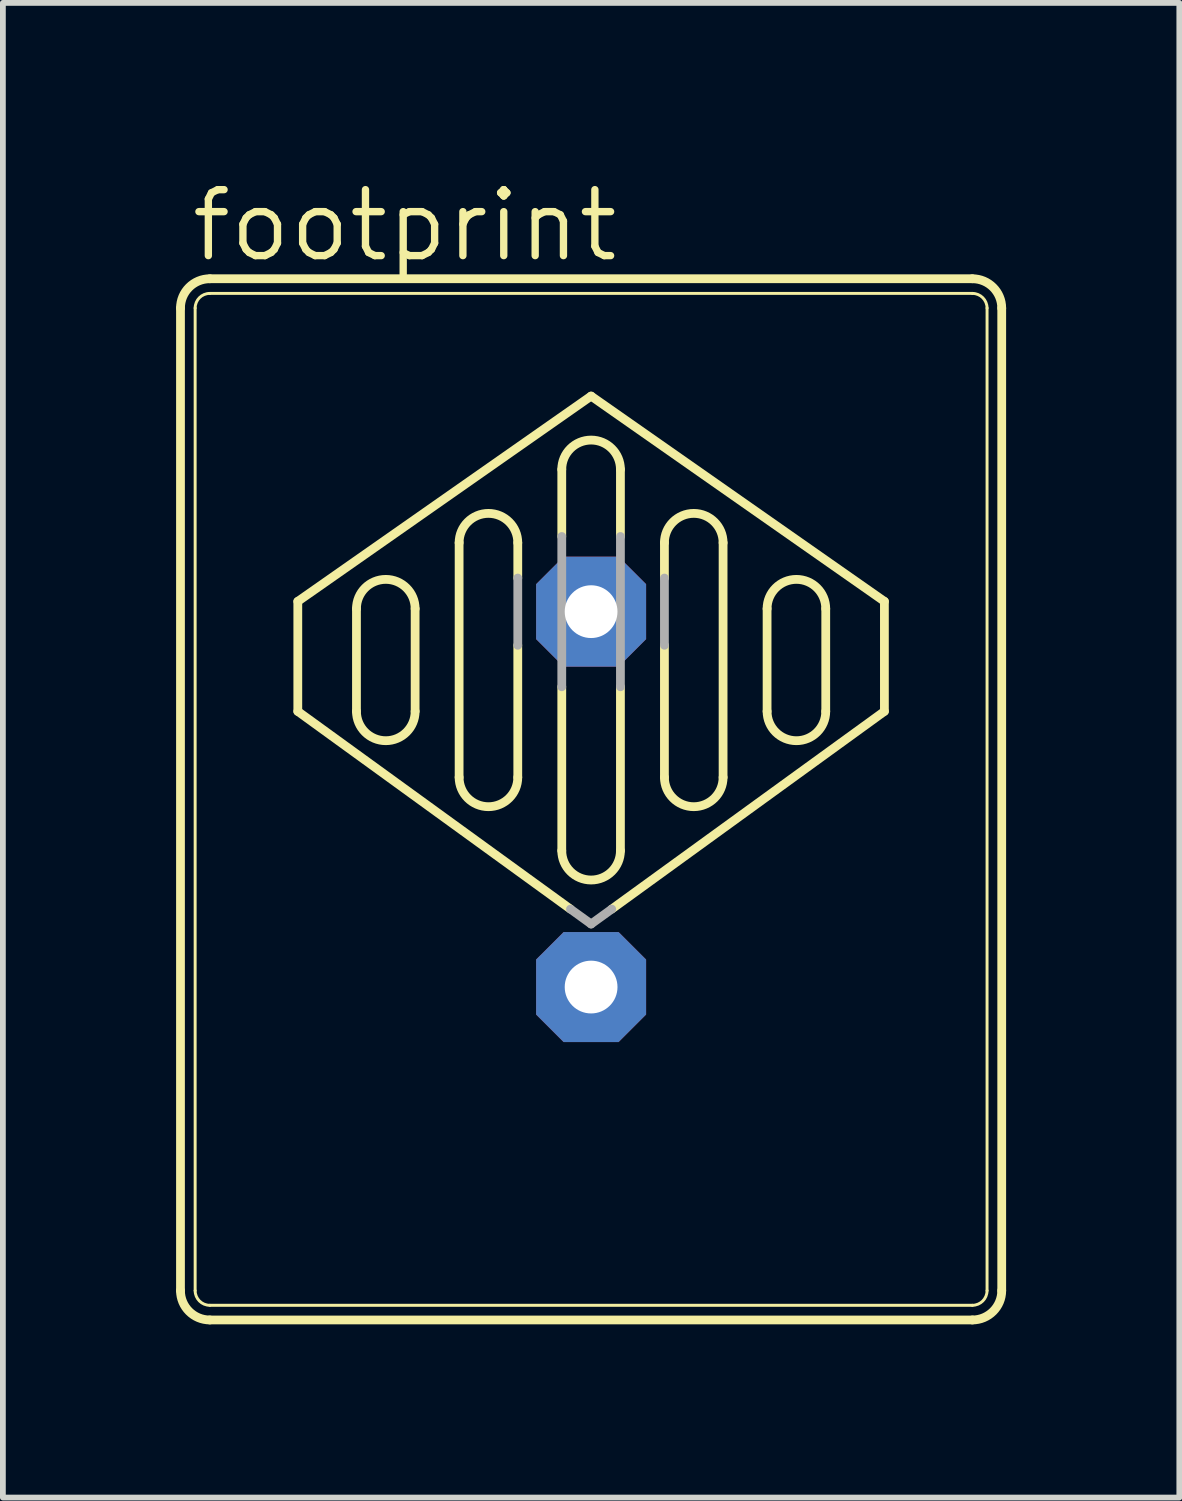
<source format=kicad_pcb>
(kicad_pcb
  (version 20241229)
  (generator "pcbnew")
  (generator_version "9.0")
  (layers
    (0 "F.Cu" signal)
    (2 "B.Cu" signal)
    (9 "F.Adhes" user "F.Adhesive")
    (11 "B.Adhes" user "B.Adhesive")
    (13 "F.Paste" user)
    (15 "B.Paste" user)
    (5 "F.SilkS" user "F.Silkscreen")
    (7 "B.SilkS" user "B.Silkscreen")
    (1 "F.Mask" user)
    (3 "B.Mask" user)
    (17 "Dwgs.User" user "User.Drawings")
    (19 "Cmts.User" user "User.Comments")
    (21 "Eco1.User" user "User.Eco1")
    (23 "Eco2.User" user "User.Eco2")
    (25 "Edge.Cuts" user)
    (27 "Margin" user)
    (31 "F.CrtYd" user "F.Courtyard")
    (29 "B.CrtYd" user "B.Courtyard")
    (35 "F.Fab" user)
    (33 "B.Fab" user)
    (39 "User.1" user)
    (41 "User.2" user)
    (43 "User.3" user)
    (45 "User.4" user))
  (footprint "footprint"
    (layer "F.Cu")
    (at 7.188 10.795)
    (property "Reference" "footprint" (at -6.985 -9.271 0) (layer "F.SilkS") (effects (font (size 1.143 1.143) (thickness 0.127)) (justify left bottom)))
    (fp_line (start -7.112 8.509) (end -7.112 -8.509) (stroke (width 0.152) (type solid)) (layer "F.SilkS"))
    (fp_line (start -6.858 8.509) (end -6.858 -8.509) (stroke (width 0.051) (type solid)) (layer "F.SilkS"))
    (fp_line (start -6.604 -8.763) (end 6.604 -8.763) (stroke (width 0.051) (type solid)) (layer "F.SilkS"))
    (fp_line (start -6.604 8.763) (end 6.604 8.763) (stroke (width 0.051) (type solid)) (layer "F.SilkS"))
    (fp_line (start -5.08 -3.429) (end 0 -6.985) (stroke (width 0.152) (type solid)) (layer "F.SilkS"))
    (fp_line (start -5.08 -1.524) (end -5.08 -3.429) (stroke (width 0.152) (type solid)) (layer "F.SilkS"))
    (fp_line (start -4.064 -3.302) (end -4.064 -1.524) (stroke (width 0.152) (type solid)) (layer "F.SilkS"))
    (fp_line (start -3.048 -1.524) (end -3.048 -3.302) (stroke (width 0.152) (type solid)) (layer "F.SilkS"))
    (fp_line (start -2.286 -4.445) (end -2.286 -0.381) (stroke (width 0.152) (type solid)) (layer "F.SilkS"))
    (fp_line (start -1.27 -3.833) (end -1.27 -4.445) (stroke (width 0.152) (type solid)) (layer "F.SilkS"))
    (fp_line (start -1.27 -0.381) (end -1.27 -2.669) (stroke (width 0.152) (type solid)) (layer "F.SilkS"))
    (fp_line (start -0.508 -4.553) (end -0.508 -5.715) (stroke (width 0.152) (type solid)) (layer "F.SilkS"))
    (fp_line (start -0.508 0.889) (end -0.508 -1.95) (stroke (width 0.152) (type solid)) (layer "F.SilkS"))
    (fp_line (start -0.357 1.901) (end -5.08 -1.524) (stroke (width 0.152) (type solid)) (layer "F.SilkS"))
    (fp_line (start 0.357 1.901) (end 5.08 -1.524) (stroke (width 0.152) (type solid)) (layer "F.SilkS"))
    (fp_line (start 0.508 -4.553) (end 0.508 -5.715) (stroke (width 0.152) (type solid)) (layer "F.SilkS"))
    (fp_line (start 0.508 0.889) (end 0.508 -1.95) (stroke (width 0.152) (type solid)) (layer "F.SilkS"))
    (fp_line (start 1.27 -3.833) (end 1.27 -4.445) (stroke (width 0.152) (type solid)) (layer "F.SilkS"))
    (fp_line (start 1.27 -0.381) (end 1.27 -2.669) (stroke (width 0.152) (type solid)) (layer "F.SilkS"))
    (fp_line (start 2.286 -4.445) (end 2.286 -0.381) (stroke (width 0.152) (type solid)) (layer "F.SilkS"))
    (fp_line (start 3.048 -1.524) (end 3.048 -3.302) (stroke (width 0.152) (type solid)) (layer "F.SilkS"))
    (fp_line (start 4.064 -3.302) (end 4.064 -1.524) (stroke (width 0.152) (type solid)) (layer "F.SilkS"))
    (fp_line (start 5.08 -3.429) (end 0 -6.985) (stroke (width 0.152) (type solid)) (layer "F.SilkS"))
    (fp_line (start 5.08 -1.524) (end 5.08 -3.429) (stroke (width 0.152) (type solid)) (layer "F.SilkS"))
    (fp_line (start 6.604 -9.017) (end -6.604 -9.017) (stroke (width 0.152) (type solid)) (layer "F.SilkS"))
    (fp_line (start 6.604 9.017) (end -6.604 9.017) (stroke (width 0.152) (type solid)) (layer "F.SilkS"))
    (fp_line (start 6.858 -8.509) (end 6.858 8.509) (stroke (width 0.051) (type solid)) (layer "F.SilkS"))
    (fp_line (start 7.112 -8.509) (end 7.112 8.509) (stroke (width 0.152) (type solid)) (layer "F.SilkS"))
    (fp_arc (start -7.112 -8.509) (mid -6.96321 -8.86821) (end -6.604 -9.017) (stroke (width 0.1524) (type solid)) (layer "F.SilkS"))
    (fp_arc (start -6.858 -8.509) (mid -6.783605 -8.688605) (end -6.604 -8.763) (stroke (width 0.0508) (type solid)) (layer "F.SilkS"))
    (fp_arc (start -6.604 8.763) (mid -6.783605 8.688605) (end -6.858 8.509) (stroke (width 0.0508) (type solid)) (layer "F.SilkS"))
    (fp_arc (start -6.604 9.017) (mid -6.96321 8.86821) (end -7.112 8.509) (stroke (width 0.1524) (type solid)) (layer "F.SilkS"))
    (fp_arc (start -4.064 -3.302) (mid -3.556 -3.81) (end -3.048 -3.302) (stroke (width 0.1524) (type solid)) (layer "F.SilkS"))
    (fp_arc (start -3.048 -1.524) (mid -3.556 -1.016) (end -4.064 -1.524) (stroke (width 0.1524) (type solid)) (layer "F.SilkS"))
    (fp_arc (start -2.286 -4.445) (mid -1.778 -4.953) (end -1.27 -4.445) (stroke (width 0.1524) (type solid)) (layer "F.SilkS"))
    (fp_arc (start -1.27 -0.381) (mid -1.778 0.127) (end -2.286 -0.381) (stroke (width 0.1524) (type solid)) (layer "F.SilkS"))
    (fp_arc (start -0.508 -5.715) (mid 0 -6.223) (end 0.508 -5.715) (stroke (width 0.1524) (type solid)) (layer "F.SilkS"))
    (fp_arc (start 0.508 0.889) (mid 0 1.397) (end -0.508 0.889) (stroke (width 0.1524) (type solid)) (layer "F.SilkS"))
    (fp_arc (start 1.27 -4.445) (mid 1.778 -4.953) (end 2.286 -4.445) (stroke (width 0.1524) (type solid)) (layer "F.SilkS"))
    (fp_arc (start 2.286 -0.381) (mid 1.778 0.127) (end 1.27 -0.381) (stroke (width 0.1524) (type solid)) (layer "F.SilkS"))
    (fp_arc (start 3.048 -3.302) (mid 3.556 -3.81) (end 4.064 -3.302) (stroke (width 0.1524) (type solid)) (layer "F.SilkS"))
    (fp_arc (start 4.064 -1.524) (mid 3.556 -1.016) (end 3.048 -1.524) (stroke (width 0.1524) (type solid)) (layer "F.SilkS"))
    (fp_arc (start 6.604 -9.017) (mid 6.96321 -8.86821) (end 7.112 -8.509) (stroke (width 0.1524) (type solid)) (layer "F.SilkS"))
    (fp_arc (start 6.604 -8.763) (mid 6.783605 -8.688605) (end 6.858 -8.509) (stroke (width 0.0508) (type solid)) (layer "F.SilkS"))
    (fp_arc (start 6.858 8.509) (mid 6.783605 8.688605) (end 6.604 8.763) (stroke (width 0.0508) (type solid)) (layer "F.SilkS"))
    (fp_arc (start 7.112 8.509) (mid 6.96321 8.86821) (end 6.604 9.017) (stroke (width 0.1524) (type solid)) (layer "F.SilkS"))
    (fp_line (start -1.27 -2.669) (end -1.27 -3.833) (stroke (width 0.152) (type solid)) (layer "F.Fab"))
    (fp_line (start -0.508 -1.95) (end -0.508 -4.553) (stroke (width 0.152) (type solid)) (layer "F.Fab"))
    (fp_line (start 0 2.159) (end -0.357 1.901) (stroke (width 0.152) (type solid)) (layer "F.Fab"))
    (fp_line (start 0 2.159) (end 0.357 1.901) (stroke (width 0.152) (type solid)) (layer "F.Fab"))
    (fp_line (start 0.508 -1.95) (end 0.508 -4.553) (stroke (width 0.152) (type solid)) (layer "F.Fab"))
    (fp_line (start 1.27 -2.669) (end 1.27 -3.833) (stroke (width 0.152) (type solid)) (layer "F.Fab"))
    (pad "1" thru_hole roundrect (at 0 3.251) (size 1.905 1.905) (drill 0.914) (layers "*.Cu" "*.Mask") (roundrect_rratio 0.25) (chamfer_ratio 0.25) (chamfer top_left top_right bottom_left bottom_right))
    (pad "2" thru_hole roundrect (at 0 -3.251) (size 1.905 1.905) (drill 0.914) (layers "*.Cu" "*.Mask") (roundrect_rratio 0.25) (chamfer_ratio 0.25) (chamfer top_left top_right bottom_left bottom_right)))
  (gr_rect
    (start -3 -3)
    (end 17.376 22.888)
    (stroke (width 0.1) (type default))
    (fill no)
    (layer "Edge.Cuts")))
</source>
